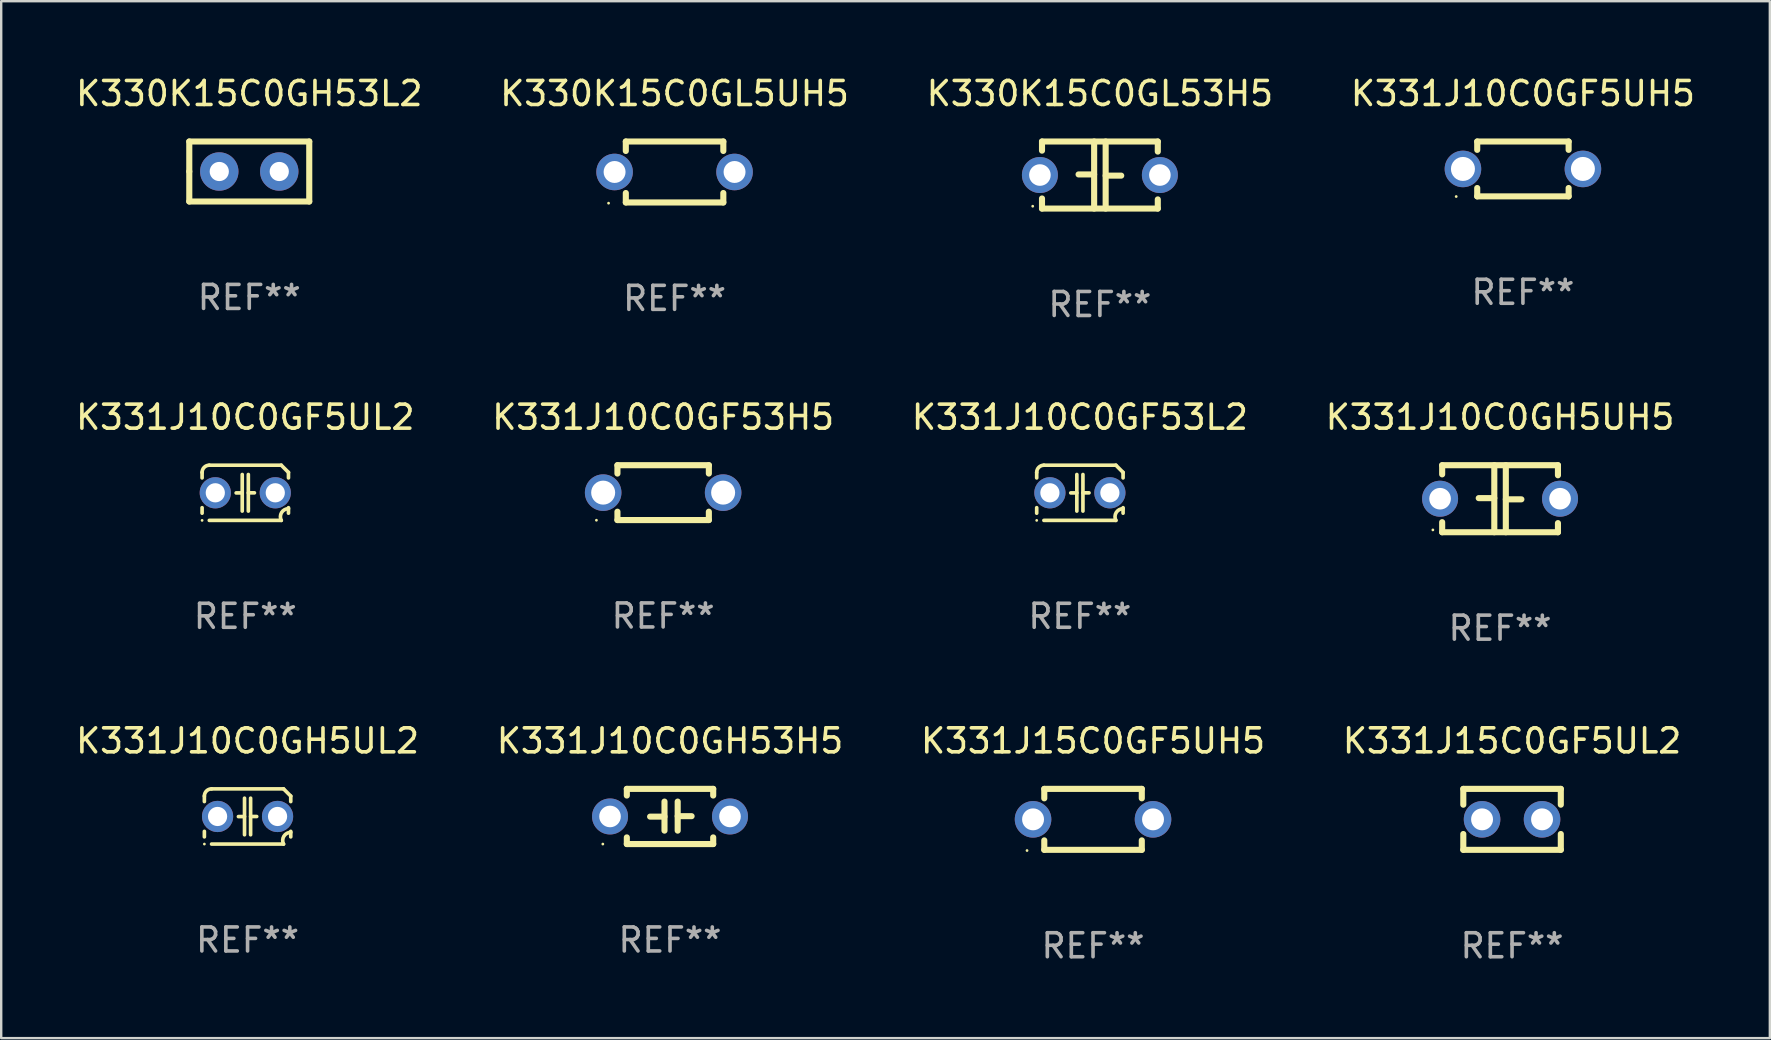
<source format=kicad_pcb>
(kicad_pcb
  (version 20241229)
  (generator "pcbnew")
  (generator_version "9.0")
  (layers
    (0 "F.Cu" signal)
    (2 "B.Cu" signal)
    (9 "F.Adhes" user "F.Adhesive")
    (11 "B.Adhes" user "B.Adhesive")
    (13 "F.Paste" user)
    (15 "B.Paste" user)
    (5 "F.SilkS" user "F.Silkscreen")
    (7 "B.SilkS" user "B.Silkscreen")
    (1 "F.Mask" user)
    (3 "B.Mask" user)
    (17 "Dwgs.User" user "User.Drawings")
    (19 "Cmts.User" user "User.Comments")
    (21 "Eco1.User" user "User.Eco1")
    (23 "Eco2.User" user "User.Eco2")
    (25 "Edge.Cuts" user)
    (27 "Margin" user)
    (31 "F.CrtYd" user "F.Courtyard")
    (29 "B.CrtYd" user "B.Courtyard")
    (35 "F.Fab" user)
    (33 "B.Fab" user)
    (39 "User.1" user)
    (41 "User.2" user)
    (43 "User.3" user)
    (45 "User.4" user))
  (footprint "K331J10C0GH5UH5"
    (layer "F.Cu")
    (at 59.47 17.736)
    (property "Reference" "K331J10C0GH5UH5" (at 0 -3.397 0) (layer "F.SilkS") (effects (font (size 1 1) (thickness 0.15))))
    (attr through_hole)
    (fp_line (start -2.413 -1.397) (end 2.413 -1.397) (stroke (width 0.254) (type solid)) (layer "F.SilkS"))
    (fp_line (start -2.413 -1.016) (end -2.413 -1.397) (stroke (width 0.254) (type solid)) (layer "F.SilkS"))
    (fp_line (start -2.413 0.977) (end -2.413 1.397) (stroke (width 0.254) (type solid)) (layer "F.SilkS"))
    (fp_line (start -0.24 -0.025) (end -0.889 -0.025) (stroke (width 0.254) (type solid)) (layer "F.SilkS"))
    (fp_line (start -0.24 1.397) (end -0.24 -1.397) (stroke (width 0.254) (type solid)) (layer "F.SilkS"))
    (fp_line (start 0.24 -1.397) (end 0.24 1.397) (stroke (width 0.254) (type solid)) (layer "F.SilkS"))
    (fp_line (start 0.24 0.025) (end 0.889 0.025) (stroke (width 0.254) (type solid)) (layer "F.SilkS"))
    (fp_line (start 2.413 -0.977) (end 2.413 -1.397) (stroke (width 0.254) (type solid)) (layer "F.SilkS"))
    (fp_line (start 2.413 1.016) (end 2.413 1.397) (stroke (width 0.254) (type solid)) (layer "F.SilkS"))
    (fp_line (start 2.413 1.397) (end -2.413 1.397) (stroke (width 0.254) (type solid)) (layer "F.SilkS"))
    (fp_circle (center -2.8 1.3) (end -2.77 1.3) (stroke (width 0.06) (type solid)) (fill no) (layer "F.SilkS"))
    (fp_text user "REF**" (at 0 5.397 0) (layer "F.Fab") (effects (font (size 1 1) (thickness 0.15))))
    (pad "1" thru_hole circle (at -2.5 0) (size 1.5 1.5) (drill 0.9) (layers "*.Cu" "*.Mask"))
    (pad "2" thru_hole circle (at 2.5 0) (size 1.5 1.5) (drill 0.9) (layers "*.Cu" "*.Mask")))
  (footprint "K331J10C0GF53H5"
    (layer "F.Cu")
    (at 24.589 17.482)
    (property "Reference" "K331J10C0GF53H5" (at 0 -3.143 0) (layer "F.SilkS") (effects (font (size 1 1) (thickness 0.15))))
    (attr through_hole)
    (fp_line (start -1.905 -1.143) (end 1.905 -1.143) (stroke (width 0.254) (type solid)) (layer "F.SilkS"))
    (fp_line (start -1.905 -0.795) (end -1.905 -1.143) (stroke (width 0.254) (type solid)) (layer "F.SilkS"))
    (fp_line (start -1.905 1.143) (end -1.905 0.795) (stroke (width 0.254) (type solid)) (layer "F.SilkS"))
    (fp_line (start 1.905 -1.143) (end 1.905 -0.795) (stroke (width 0.254) (type solid)) (layer "F.SilkS"))
    (fp_line (start 1.905 0.795) (end 1.905 1.143) (stroke (width 0.254) (type solid)) (layer "F.SilkS"))
    (fp_line (start 1.905 1.143) (end -1.905 1.143) (stroke (width 0.254) (type solid)) (layer "F.SilkS"))
    (fp_circle (center -2.781 1.15) (end -2.751 1.15) (stroke (width 0.06) (type solid)) (fill no) (layer "F.SilkS"))
    (fp_text user "REF**" (at 0 5.143 0) (layer "F.Fab") (effects (font (size 1 1) (thickness 0.15))))
    (pad "1" thru_hole circle (at -2.5 0) (size 1.524 1.524) (drill 1) (layers "*.Cu" "*.Mask"))
    (pad "2" thru_hole circle (at 2.5 0) (size 1.524 1.524) (drill 1) (layers "*.Cu" "*.Mask")))
  (footprint "K331J10C0GH53H5"
    (layer "F.Cu")
    (at 24.875 30.979)
    (property "Reference" "K331J10C0GH53H5" (at 0 -3.15 0) (layer "F.SilkS") (effects (font (size 1 1) (thickness 0.15))))
    (attr through_hole)
    (fp_line (start -1.8 -1.15) (end -1.8 -0.872) (stroke (width 0.254) (type solid)) (layer "F.SilkS"))
    (fp_line (start -1.8 -1.15) (end 1.8 -1.15) (stroke (width 0.254) (type solid)) (layer "F.SilkS"))
    (fp_line (start -1.8 0.872) (end -1.8 1.15) (stroke (width 0.254) (type solid)) (layer "F.SilkS"))
    (fp_line (start -1.8 1.15) (end 1.8 1.15) (stroke (width 0.254) (type solid)) (layer "F.SilkS"))
    (fp_line (start -0.23 -0.62) (end -0.23 0.59) (stroke (width 0.254) (type solid)) (layer "F.SilkS"))
    (fp_line (start -0.23 0.007) (end -0.83 0.007) (stroke (width 0.254) (type solid)) (layer "F.SilkS"))
    (fp_line (start 0.32 -0.62) (end 0.32 0.59) (stroke (width 0.254) (type solid)) (layer "F.SilkS"))
    (fp_line (start 0.32 -0.012) (end 0.9 -0.012) (stroke (width 0.254) (type solid)) (layer "F.SilkS"))
    (fp_line (start 1.8 -1.15) (end 1.8 -0.872) (stroke (width 0.254) (type solid)) (layer "F.SilkS"))
    (fp_line (start 1.8 0.872) (end 1.8 1.15) (stroke (width 0.254) (type solid)) (layer "F.SilkS"))
    (fp_circle (center -2.8 1.15) (end -2.77 1.15) (stroke (width 0.06) (type solid)) (fill no) (layer "F.SilkS"))
    (fp_text user "REF**" (at 0 5.15 0) (layer "F.Fab") (effects (font (size 1 1) (thickness 0.15))))
    (pad "1" thru_hole circle (at -2.5 0) (size 1.5 1.5) (drill 0.9) (layers "*.Cu" "*.Mask"))
    (pad "2" thru_hole circle (at 2.5 0) (size 1.5 1.5) (drill 0.9) (layers "*.Cu" "*.Mask")))
  (footprint "K331J10C0GF5UH5"
    (layer "F.Cu")
    (at 60.423 3.991)
    (property "Reference" "K331J10C0GF5UH5" (at 0 -3.143 0) (layer "F.SilkS") (effects (font (size 1 1) (thickness 0.15))))
    (attr through_hole)
    (fp_line (start -1.905 -1.143) (end 1.905 -1.143) (stroke (width 0.254) (type solid)) (layer "F.SilkS"))
    (fp_line (start -1.905 -0.795) (end -1.905 -1.143) (stroke (width 0.254) (type solid)) (layer "F.SilkS"))
    (fp_line (start -1.905 1.143) (end -1.905 0.795) (stroke (width 0.254) (type solid)) (layer "F.SilkS"))
    (fp_line (start 1.905 -1.143) (end 1.905 -0.795) (stroke (width 0.254) (type solid)) (layer "F.SilkS"))
    (fp_line (start 1.905 0.795) (end 1.905 1.143) (stroke (width 0.254) (type solid)) (layer "F.SilkS"))
    (fp_line (start 1.905 1.143) (end -1.905 1.143) (stroke (width 0.254) (type solid)) (layer "F.SilkS"))
    (fp_circle (center -2.781 1.15) (end -2.751 1.15) (stroke (width 0.06) (type solid)) (fill no) (layer "F.SilkS"))
    (fp_text user "REF**" (at 0 5.143 0) (layer "F.Fab") (effects (font (size 1 1) (thickness 0.15))))
    (pad "1" thru_hole circle (at -2.5 0) (size 1.524 1.524) (drill 1) (layers "*.Cu" "*.Mask"))
    (pad "2" thru_hole circle (at 2.5 0) (size 1.524 1.524) (drill 1) (layers "*.Cu" "*.Mask")))
  (footprint "K330K15C0GH53L2"
    (layer "F.Cu")
    (at 7.339 4.098)
    (property "Reference" "K330K15C0GH53L2" (at 0 -3.25 0) (layer "F.SilkS") (effects (font (size 1 1) (thickness 0.15))))
    (attr through_hole)
    (fp_line (start -2.5 -1.25) (end 2.5 -1.25) (stroke (width 0.254) (type solid)) (layer "F.SilkS"))
    (fp_line (start -2.5 0) (end -2.5 -1.25) (stroke (width 0.254) (type solid)) (layer "F.SilkS"))
    (fp_line (start -2.5 1.25) (end -2.5 0) (stroke (width 0.254) (type solid)) (layer "F.SilkS"))
    (fp_line (start 2.5 -1.25) (end 2.5 1.25) (stroke (width 0.254) (type solid)) (layer "F.SilkS"))
    (fp_line (start 2.5 1.25) (end -2.5 1.25) (stroke (width 0.254) (type solid)) (layer "F.SilkS"))
    (fp_circle (center -2.5 1.25) (end -2.47 1.25) (stroke (width 0.06) (type solid)) (fill no) (layer "F.SilkS"))
    (fp_text user "REF**" (at 0 5.25 0) (layer "F.Fab") (effects (font (size 1 1) (thickness 0.15))))
    (pad "1" thru_hole circle (at -1.25 0) (size 1.6 1.6) (drill 0.8) (layers "*.Cu" "*.Mask"))
    (pad "2" thru_hole circle (at 1.25 0) (size 1.6 1.6) (drill 0.8) (layers "*.Cu" "*.Mask")))
  (footprint "K331J10C0GF53L2"
    (layer "F.Cu")
    (at 41.958 17.489)
    (property "Reference" "K331J10C0GF53L2" (at 0 -3.15 0) (layer "F.SilkS") (effects (font (size 1 1) (thickness 0.15))))
    (attr through_hole)
    (fp_line (start -1.8 -0.621) (end -1.8 -0.85) (stroke (width 0.152) (type solid)) (layer "F.SilkS"))
    (fp_line (start -1.8 0.85) (end -1.8 0.621) (stroke (width 0.152) (type solid)) (layer "F.SilkS"))
    (fp_line (start -1.5 -1.15) (end 1.5 -1.15) (stroke (width 0.152) (type solid)) (layer "F.SilkS"))
    (fp_line (start -0.127 -0.762) (end -0.127 0.762) (stroke (width 0.152) (type solid)) (layer "F.SilkS"))
    (fp_line (start -0.127 0.005) (end -0.381 0.005) (stroke (width 0.152) (type solid)) (layer "F.SilkS"))
    (fp_line (start 0.127 -0.762) (end 0.127 0.762) (stroke (width 0.152) (type solid)) (layer "F.SilkS"))
    (fp_line (start 0.127 0.002) (end 0.381 0.002) (stroke (width 0.152) (type solid)) (layer "F.SilkS"))
    (fp_line (start 1.5 1.15) (end -1.5 1.15) (stroke (width 0.152) (type solid)) (layer "F.SilkS"))
    (fp_line (start 1.8 -0.85) (end 1.8 -0.621) (stroke (width 0.152) (type solid)) (layer "F.SilkS"))
    (fp_line (start 1.8 0.621) (end 1.8 0.85) (stroke (width 0.152) (type solid)) (layer "F.SilkS"))
    (fp_arc (start -1.799975 -0.849987) (mid -1.712107 -1.062119) (end -1.499975 -1.149987) (stroke (width 0.151994) (type solid)) (layer "F.SilkS"))
    (fp_arc (start 1.499975 1.149987) (mid 1.513726 0.822359) (end 1.799975 0.662387) (stroke (width 0.151994) (type solid)) (layer "F.SilkS"))
    (fp_arc (start 1.500001 -1.149986) (mid 1.650015 -1.000001) (end 1.8 -0.849987) (stroke (width 0.151994) (type solid)) (layer "F.SilkS"))
    (fp_circle (center -1.8 1.15) (end -1.77 1.15) (stroke (width 0.06) (type solid)) (fill no) (layer "F.SilkS"))
    (fp_text user "REF**" (at 0 5.15 0) (layer "F.Fab") (effects (font (size 1 1) (thickness 0.15))))
    (pad "1" thru_hole circle (at -1.25 0) (size 1.3 1.3) (drill 0.8) (layers "*.Cu" "*.Mask"))
    (pad "2" thru_hole circle (at 1.25 0) (size 1.3 1.3) (drill 0.8) (layers "*.Cu" "*.Mask")))
  (footprint "K331J10C0GF5UL2"
    (layer "F.Cu")
    (at 7.173 17.489)
    (property "Reference" "K331J10C0GF5UL2" (at 0 -3.15 0) (layer "F.SilkS") (effects (font (size 1 1) (thickness 0.15))))
    (attr through_hole)
    (fp_line (start -1.8 -0.621) (end -1.8 -0.85) (stroke (width 0.152) (type solid)) (layer "F.SilkS"))
    (fp_line (start -1.8 0.85) (end -1.8 0.621) (stroke (width 0.152) (type solid)) (layer "F.SilkS"))
    (fp_line (start -1.5 -1.15) (end 1.5 -1.15) (stroke (width 0.152) (type solid)) (layer "F.SilkS"))
    (fp_line (start -0.127 -0.762) (end -0.127 0.762) (stroke (width 0.152) (type solid)) (layer "F.SilkS"))
    (fp_line (start -0.127 0.005) (end -0.381 0.005) (stroke (width 0.152) (type solid)) (layer "F.SilkS"))
    (fp_line (start 0.127 -0.762) (end 0.127 0.762) (stroke (width 0.152) (type solid)) (layer "F.SilkS"))
    (fp_line (start 0.127 0.002) (end 0.381 0.002) (stroke (width 0.152) (type solid)) (layer "F.SilkS"))
    (fp_line (start 1.5 1.15) (end -1.5 1.15) (stroke (width 0.152) (type solid)) (layer "F.SilkS"))
    (fp_line (start 1.8 -0.85) (end 1.8 -0.621) (stroke (width 0.152) (type solid)) (layer "F.SilkS"))
    (fp_line (start 1.8 0.621) (end 1.8 0.85) (stroke (width 0.152) (type solid)) (layer "F.SilkS"))
    (fp_arc (start -1.799975 -0.849987) (mid -1.712107 -1.062119) (end -1.499975 -1.149987) (stroke (width 0.151994) (type solid)) (layer "F.SilkS"))
    (fp_arc (start 1.499975 1.149987) (mid 1.513726 0.822359) (end 1.799975 0.662387) (stroke (width 0.151994) (type solid)) (layer "F.SilkS"))
    (fp_arc (start 1.500001 -1.149986) (mid 1.650015 -1.000001) (end 1.8 -0.849987) (stroke (width 0.151994) (type solid)) (layer "F.SilkS"))
    (fp_circle (center -1.8 1.15) (end -1.77 1.15) (stroke (width 0.06) (type solid)) (fill no) (layer "F.SilkS"))
    (fp_text user "REF**" (at 0 5.15 0) (layer "F.Fab") (effects (font (size 1 1) (thickness 0.15))))
    (pad "1" thru_hole circle (at -1.25 0) (size 1.3 1.3) (drill 0.8) (layers "*.Cu" "*.Mask"))
    (pad "2" thru_hole circle (at 1.25 0) (size 1.3 1.3) (drill 0.8) (layers "*.Cu" "*.Mask")))
  (footprint "K331J15C0GF5UL2"
    (layer "F.Cu")
    (at 59.97 31.099)
    (property "Reference" "K331J15C0GF5UL2" (at 0 -3.27 0) (layer "F.SilkS") (effects (font (size 1 1) (thickness 0.15))))
    (attr through_hole)
    (fp_line (start -2.032 -1.27) (end -2.032 -0.611) (stroke (width 0.254) (type solid)) (layer "F.SilkS"))
    (fp_line (start -2.032 0.611) (end -2.032 1.27) (stroke (width 0.254) (type solid)) (layer "F.SilkS"))
    (fp_line (start -2.032 1.27) (end 2.032 1.27) (stroke (width 0.254) (type solid)) (layer "F.SilkS"))
    (fp_line (start 2.032 -1.27) (end -2.032 -1.27) (stroke (width 0.254) (type solid)) (layer "F.SilkS"))
    (fp_line (start 2.032 -0.611) (end 2.032 -1.27) (stroke (width 0.254) (type solid)) (layer "F.SilkS"))
    (fp_line (start 2.032 1.27) (end 2.032 0.611) (stroke (width 0.254) (type solid)) (layer "F.SilkS"))
    (fp_circle (center -2 1.3) (end -1.97 1.3) (stroke (width 0.06) (type solid)) (fill no) (layer "F.SilkS"))
    (fp_text user "REF**" (at 0 5.27 0) (layer "F.Fab") (effects (font (size 1 1) (thickness 0.15))))
    (pad "1" thru_hole circle (at -1.25 0) (size 1.524 1.524) (drill 0.914) (layers "*.Cu" "*.Mask"))
    (pad "2" thru_hole circle (at 1.25 0) (size 1.524 1.524) (drill 0.914) (layers "*.Cu" "*.Mask")))
  (footprint "K330K15C0GL5UH5"
    (layer "F.Cu")
    (at 25.065 4.118)
    (property "Reference" "K330K15C0GL5UH5" (at 0 -3.27 0) (layer "F.SilkS") (effects (font (size 1 1) (thickness 0.15))))
    (attr through_hole)
    (fp_line (start -2.032 -1.27) (end -2.032 -0.876) (stroke (width 0.254) (type solid)) (layer "F.SilkS"))
    (fp_line (start -2.032 0.876) (end -2.032 1.27) (stroke (width 0.254) (type solid)) (layer "F.SilkS"))
    (fp_line (start -2.032 1.27) (end 2.032 1.27) (stroke (width 0.254) (type solid)) (layer "F.SilkS"))
    (fp_line (start 2.032 -1.27) (end -2.032 -1.27) (stroke (width 0.254) (type solid)) (layer "F.SilkS"))
    (fp_line (start 2.032 -0.876) (end 2.032 -1.27) (stroke (width 0.254) (type solid)) (layer "F.SilkS"))
    (fp_line (start 2.032 1.27) (end 2.032 0.876) (stroke (width 0.254) (type solid)) (layer "F.SilkS"))
    (fp_circle (center -2.751 1.3) (end -2.721 1.3) (stroke (width 0.06) (type solid)) (fill no) (layer "F.SilkS"))
    (fp_text user "REF**" (at 0 5.27 0) (layer "F.Fab") (effects (font (size 1 1) (thickness 0.15))))
    (pad "1" thru_hole circle (at -2.5 0) (size 1.524 1.524) (drill 0.914) (layers "*.Cu" "*.Mask"))
    (pad "2" thru_hole circle (at 2.5 0) (size 1.524 1.524) (drill 0.914) (layers "*.Cu" "*.Mask")))
  (footprint "K330K15C0GL53H5"
    (layer "F.Cu")
    (at 42.792 4.245)
    (property "Reference" "K330K15C0GL53H5" (at 0 -3.397 0) (layer "F.SilkS") (effects (font (size 1 1) (thickness 0.15))))
    (attr through_hole)
    (fp_line (start -2.413 -1.397) (end 2.413 -1.397) (stroke (width 0.254) (type solid)) (layer "F.SilkS"))
    (fp_line (start -2.413 -1.016) (end -2.413 -1.397) (stroke (width 0.254) (type solid)) (layer "F.SilkS"))
    (fp_line (start -2.413 0.977) (end -2.413 1.397) (stroke (width 0.254) (type solid)) (layer "F.SilkS"))
    (fp_line (start -0.24 -0.025) (end -0.889 -0.025) (stroke (width 0.254) (type solid)) (layer "F.SilkS"))
    (fp_line (start -0.24 1.397) (end -0.24 -1.397) (stroke (width 0.254) (type solid)) (layer "F.SilkS"))
    (fp_line (start 0.24 -1.397) (end 0.24 1.397) (stroke (width 0.254) (type solid)) (layer "F.SilkS"))
    (fp_line (start 0.24 0.025) (end 0.889 0.025) (stroke (width 0.254) (type solid)) (layer "F.SilkS"))
    (fp_line (start 2.413 -0.977) (end 2.413 -1.397) (stroke (width 0.254) (type solid)) (layer "F.SilkS"))
    (fp_line (start 2.413 1.016) (end 2.413 1.397) (stroke (width 0.254) (type solid)) (layer "F.SilkS"))
    (fp_line (start 2.413 1.397) (end -2.413 1.397) (stroke (width 0.254) (type solid)) (layer "F.SilkS"))
    (fp_circle (center -2.8 1.3) (end -2.77 1.3) (stroke (width 0.06) (type solid)) (fill no) (layer "F.SilkS"))
    (fp_text user "REF**" (at 0 5.397 0) (layer "F.Fab") (effects (font (size 1 1) (thickness 0.15))))
    (pad "1" thru_hole circle (at -2.5 0) (size 1.5 1.5) (drill 0.9) (layers "*.Cu" "*.Mask"))
    (pad "2" thru_hole circle (at 2.5 0) (size 1.5 1.5) (drill 0.9) (layers "*.Cu" "*.Mask")))
  (footprint "K331J10C0GH5UL2"
    (layer "F.Cu")
    (at 7.268 30.979)
    (property "Reference" "K331J10C0GH5UL2" (at 0 -3.15 0) (layer "F.SilkS") (effects (font (size 1 1) (thickness 0.15))))
    (attr through_hole)
    (fp_line (start -1.8 -0.621) (end -1.8 -0.85) (stroke (width 0.152) (type solid)) (layer "F.SilkS"))
    (fp_line (start -1.8 0.85) (end -1.8 0.621) (stroke (width 0.152) (type solid)) (layer "F.SilkS"))
    (fp_line (start -1.5 -1.15) (end 1.5 -1.15) (stroke (width 0.152) (type solid)) (layer "F.SilkS"))
    (fp_line (start -0.127 -0.762) (end -0.127 0.762) (stroke (width 0.152) (type solid)) (layer "F.SilkS"))
    (fp_line (start -0.127 0.005) (end -0.381 0.005) (stroke (width 0.152) (type solid)) (layer "F.SilkS"))
    (fp_line (start 0.127 -0.762) (end 0.127 0.762) (stroke (width 0.152) (type solid)) (layer "F.SilkS"))
    (fp_line (start 0.127 0.002) (end 0.381 0.002) (stroke (width 0.152) (type solid)) (layer "F.SilkS"))
    (fp_line (start 1.5 1.15) (end -1.5 1.15) (stroke (width 0.152) (type solid)) (layer "F.SilkS"))
    (fp_line (start 1.8 -0.85) (end 1.8 -0.621) (stroke (width 0.152) (type solid)) (layer "F.SilkS"))
    (fp_line (start 1.8 0.621) (end 1.8 0.85) (stroke (width 0.152) (type solid)) (layer "F.SilkS"))
    (fp_arc (start -1.799975 -0.849987) (mid -1.712107 -1.062119) (end -1.499975 -1.149987) (stroke (width 0.151994) (type solid)) (layer "F.SilkS"))
    (fp_arc (start 1.499975 1.149987) (mid 1.513726 0.822359) (end 1.799975 0.662387) (stroke (width 0.151994) (type solid)) (layer "F.SilkS"))
    (fp_arc (start 1.500001 -1.149986) (mid 1.650015 -1.000001) (end 1.8 -0.849987) (stroke (width 0.151994) (type solid)) (layer "F.SilkS"))
    (fp_circle (center -1.8 1.15) (end -1.77 1.15) (stroke (width 0.06) (type solid)) (fill no) (layer "F.SilkS"))
    (fp_text user "REF**" (at 0 5.15 0) (layer "F.Fab") (effects (font (size 1 1) (thickness 0.15))))
    (pad "1" thru_hole circle (at -1.25 0) (size 1.3 1.3) (drill 0.8) (layers "*.Cu" "*.Mask"))
    (pad "2" thru_hole circle (at 1.25 0) (size 1.3 1.3) (drill 0.8) (layers "*.Cu" "*.Mask")))
  (footprint "K331J15C0GF5UH5"
    (layer "F.Cu")
    (at 42.506 31.099)
    (property "Reference" "K331J15C0GF5UH5" (at 0 -3.27 0) (layer "F.SilkS") (effects (font (size 1 1) (thickness 0.15))))
    (attr through_hole)
    (fp_line (start -2.032 -1.27) (end -2.032 -0.876) (stroke (width 0.254) (type solid)) (layer "F.SilkS"))
    (fp_line (start -2.032 0.876) (end -2.032 1.27) (stroke (width 0.254) (type solid)) (layer "F.SilkS"))
    (fp_line (start -2.032 1.27) (end 2.032 1.27) (stroke (width 0.254) (type solid)) (layer "F.SilkS"))
    (fp_line (start 2.032 -1.27) (end -2.032 -1.27) (stroke (width 0.254) (type solid)) (layer "F.SilkS"))
    (fp_line (start 2.032 -0.876) (end 2.032 -1.27) (stroke (width 0.254) (type solid)) (layer "F.SilkS"))
    (fp_line (start 2.032 1.27) (end 2.032 0.876) (stroke (width 0.254) (type solid)) (layer "F.SilkS"))
    (fp_circle (center -2.751 1.3) (end -2.721 1.3) (stroke (width 0.06) (type solid)) (fill no) (layer "F.SilkS"))
    (fp_text user "REF**" (at 0 5.27 0) (layer "F.Fab") (effects (font (size 1 1) (thickness 0.15))))
    (pad "1" thru_hole circle (at -2.5 0) (size 1.524 1.524) (drill 0.914) (layers "*.Cu" "*.Mask"))
    (pad "2" thru_hole circle (at 2.5 0) (size 1.524 1.524) (drill 0.914) (layers "*.Cu" "*.Mask")))
  (gr_rect
    (start -3 -3)
    (end 70.714 40.218)
    (stroke (width 0.1) (type default))
    (fill no)
    (layer "Edge.Cuts")))
</source>
